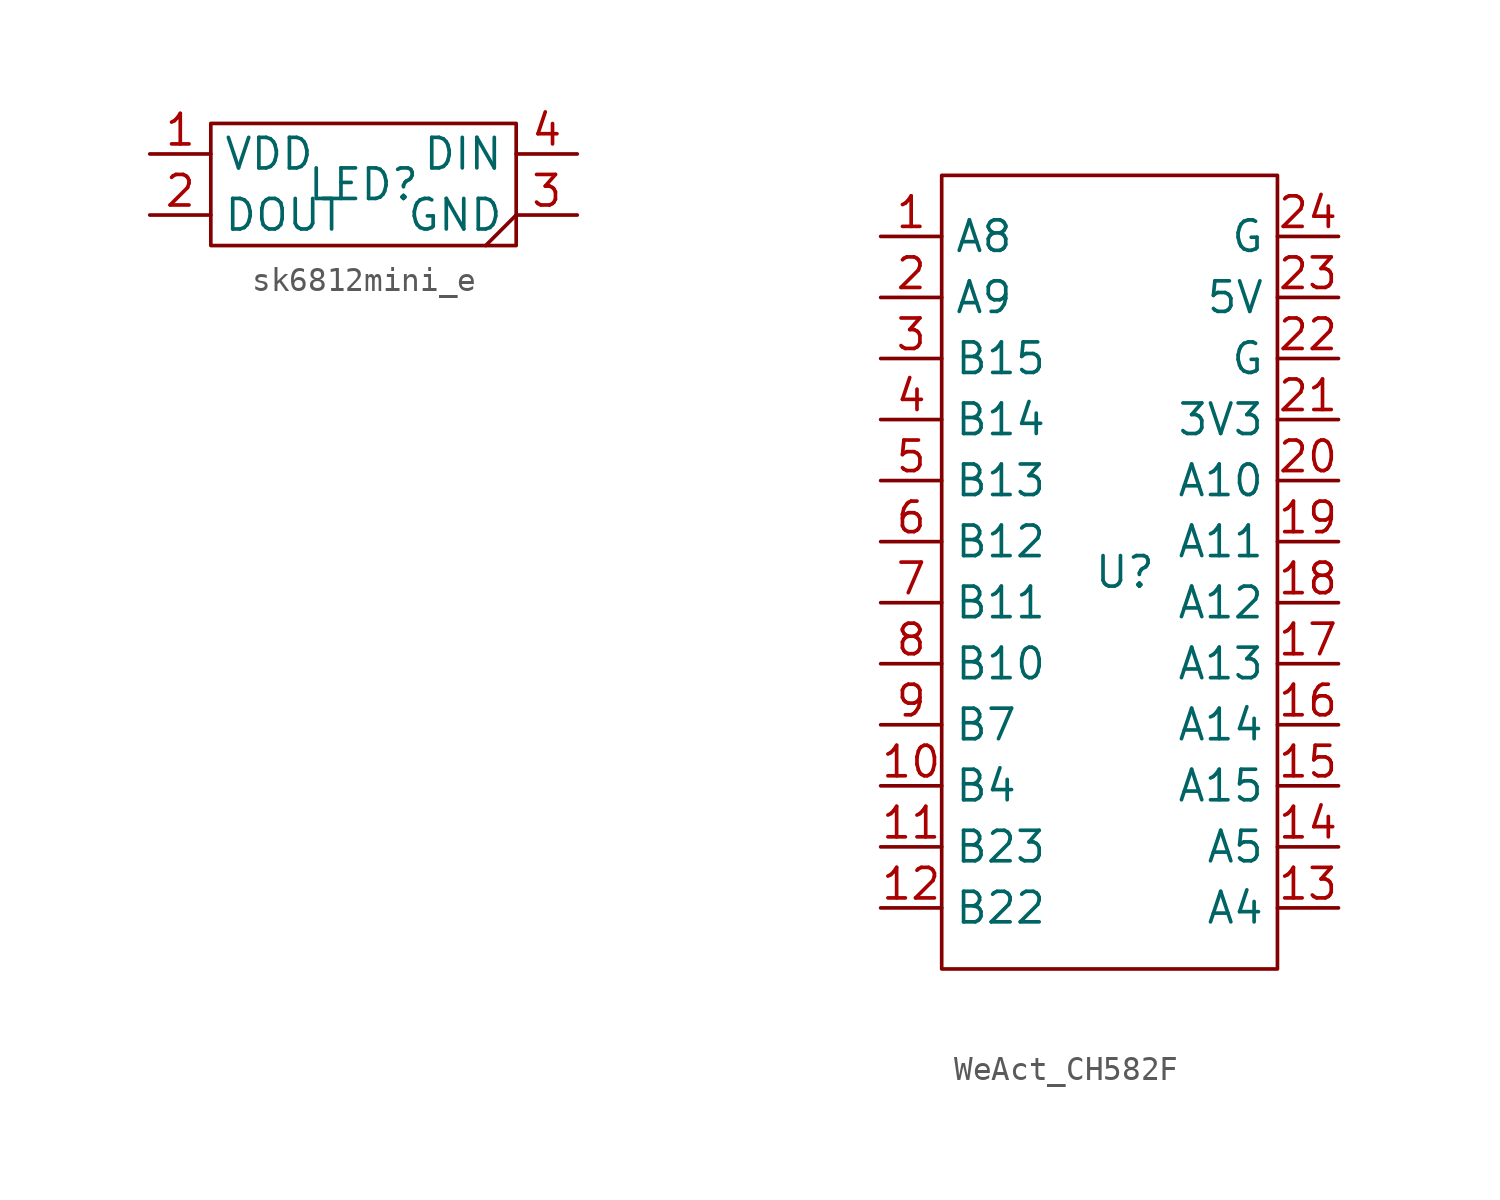
<source format=kicad_sym>
(kicad_symbol_lib
  (version 20231120)
  (generator "kicad_symbol_editor")
  (generator_version "8.0")
  (symbol "sk6812mini_e"
    (property "Reference" "LED"
      (at 0 0 0)
      (effects (font (size 1.27 1.27))))
    (property "Value" ""
      (at 0 0 0)
      (effects (font (size 1.27 1.27))))
    (symbol "sk6812mini_e_0_0"
      (pin power_in line (at -8.89 1.27 0) (length 2.54) (name "VDD" (effects (font (size 1.27 1.27)))) (number "1" (effects (font (size 1.27 1.27)))))
      (pin output line (at -8.89 -1.27 0) (length 2.54) (name "DOUT" (effects (font (size 1.27 1.27)))) (number "2" (effects (font (size 1.27 1.27)))))
      (pin power_in line (at 8.89 -1.27 180) (length 2.54) (name "GND" (effects (font (size 1.27 1.27)))) (number "3" (effects (font (size 1.27 1.27)))))
      (pin input line (at 8.89 1.27 180) (length 2.54) (name "DIN" (effects (font (size 1.27 1.27)))) (number "4" (effects (font (size 1.27 1.27))))))
    (symbol "sk6812mini_e_0_1"
      (rectangle (start -6.35 2.54) (end 6.35 -2.54) (stroke (width 0) (type default)) (fill (type none)))
      (polyline (pts (xy 6.35 -1.27) (xy 5.08 -2.54)) (stroke (width 0) (type default)) (fill (type none)))))
  (symbol "WeAct_CH582F"
    (property "Reference" "U"
      (at 0 0 0)
      (effects (font (size 1.27 1.27))))
    (property "Value" ""
      (at -13.97 8.89 0)
      (effects (font (size 1.27 1.27))))
    (symbol "WeAct_CH582F_0_1"
      (rectangle (start -7.62 16.51) (end 6.35 -16.51) (stroke (width 0) (type default)) (fill (type none))))
    (symbol "WeAct_CH582F_1_1"
      (pin bidirectional line (at -10.16 13.97 0) (length 2.54) (name "A8" (effects (font (size 1.27 1.27)))) (number "1" (effects (font (size 1.27 1.27)))))
      (pin bidirectional line (at -10.16 -8.89 0) (length 2.54) (name "B4" (effects (font (size 1.27 1.27)))) (number "10" (effects (font (size 1.27 1.27)))))
      (pin bidirectional line (at -10.16 -11.43 0) (length 2.54) (name "B23" (effects (font (size 1.27 1.27)))) (number "11" (effects (font (size 1.27 1.27)))))
      (pin bidirectional line (at -10.16 -13.97 0) (length 2.54) (name "B22" (effects (font (size 1.27 1.27)))) (number "12" (effects (font (size 1.27 1.27)))))
      (pin bidirectional line (at 8.89 -13.97 180) (length 2.54) (name "A4" (effects (font (size 1.27 1.27)))) (number "13" (effects (font (size 1.27 1.27)))))
      (pin bidirectional line (at 8.89 -11.43 180) (length 2.54) (name "A5" (effects (font (size 1.27 1.27)))) (number "14" (effects (font (size 1.27 1.27)))))
      (pin bidirectional line (at 8.89 -8.89 180) (length 2.54) (name "A15" (effects (font (size 1.27 1.27)))) (number "15" (effects (font (size 1.27 1.27)))))
      (pin bidirectional line (at 8.89 -6.35 180) (length 2.54) (name "A14" (effects (font (size 1.27 1.27)))) (number "16" (effects (font (size 1.27 1.27)))))
      (pin bidirectional line (at 8.89 -3.81 180) (length 2.54) (name "A13" (effects (font (size 1.27 1.27)))) (number "17" (effects (font (size 1.27 1.27)))))
      (pin bidirectional line (at 8.89 -1.27 180) (length 2.54) (name "A12" (effects (font (size 1.27 1.27)))) (number "18" (effects (font (size 1.27 1.27)))))
      (pin bidirectional line (at 8.89 1.27 180) (length 2.54) (name "A11" (effects (font (size 1.27 1.27)))) (number "19" (effects (font (size 1.27 1.27)))))
      (pin bidirectional line (at -10.16 11.43 0) (length 2.54) (name "A9" (effects (font (size 1.27 1.27)))) (number "2" (effects (font (size 1.27 1.27)))))
      (pin bidirectional line (at 8.89 3.81 180) (length 2.54) (name "A10" (effects (font (size 1.27 1.27)))) (number "20" (effects (font (size 1.27 1.27)))))
      (pin bidirectional line (at 8.89 6.35 180) (length 2.54) (name "3V3" (effects (font (size 1.27 1.27)))) (number "21" (effects (font (size 1.27 1.27)))))
      (pin bidirectional line (at 8.89 8.89 180) (length 2.54) (name "G" (effects (font (size 1.27 1.27)))) (number "22" (effects (font (size 1.27 1.27)))))
      (pin bidirectional line (at 8.89 11.43 180) (length 2.54) (name "5V" (effects (font (size 1.27 1.27)))) (number "23" (effects (font (size 1.27 1.27)))))
      (pin bidirectional line (at 8.89 13.97 180) (length 2.54) (name "G" (effects (font (size 1.27 1.27)))) (number "24" (effects (font (size 1.27 1.27)))))
      (pin bidirectional line (at -10.16 8.89 0) (length 2.54) (name "B15" (effects (font (size 1.27 1.27)))) (number "3" (effects (font (size 1.27 1.27)))))
      (pin bidirectional line (at -10.16 6.35 0) (length 2.54) (name "B14" (effects (font (size 1.27 1.27)))) (number "4" (effects (font (size 1.27 1.27)))))
      (pin bidirectional line (at -10.16 3.81 0) (length 2.54) (name "B13" (effects (font (size 1.27 1.27)))) (number "5" (effects (font (size 1.27 1.27)))))
      (pin bidirectional line (at -10.16 1.27 0) (length 2.54) (name "B12" (effects (font (size 1.27 1.27)))) (number "6" (effects (font (size 1.27 1.27)))))
      (pin bidirectional line (at -10.16 -1.27 0) (length 2.54) (name "B11" (effects (font (size 1.27 1.27)))) (number "7" (effects (font (size 1.27 1.27)))))
      (pin bidirectional line (at -10.16 -3.81 0) (length 2.54) (name "B10" (effects (font (size 1.27 1.27)))) (number "8" (effects (font (size 1.27 1.27)))))
      (pin bidirectional line (at -10.16 -6.35 0) (length 2.54) (name "B7" (effects (font (size 1.27 1.27)))) (number "9" (effects (font (size 1.27 1.27))))))))
</source>
